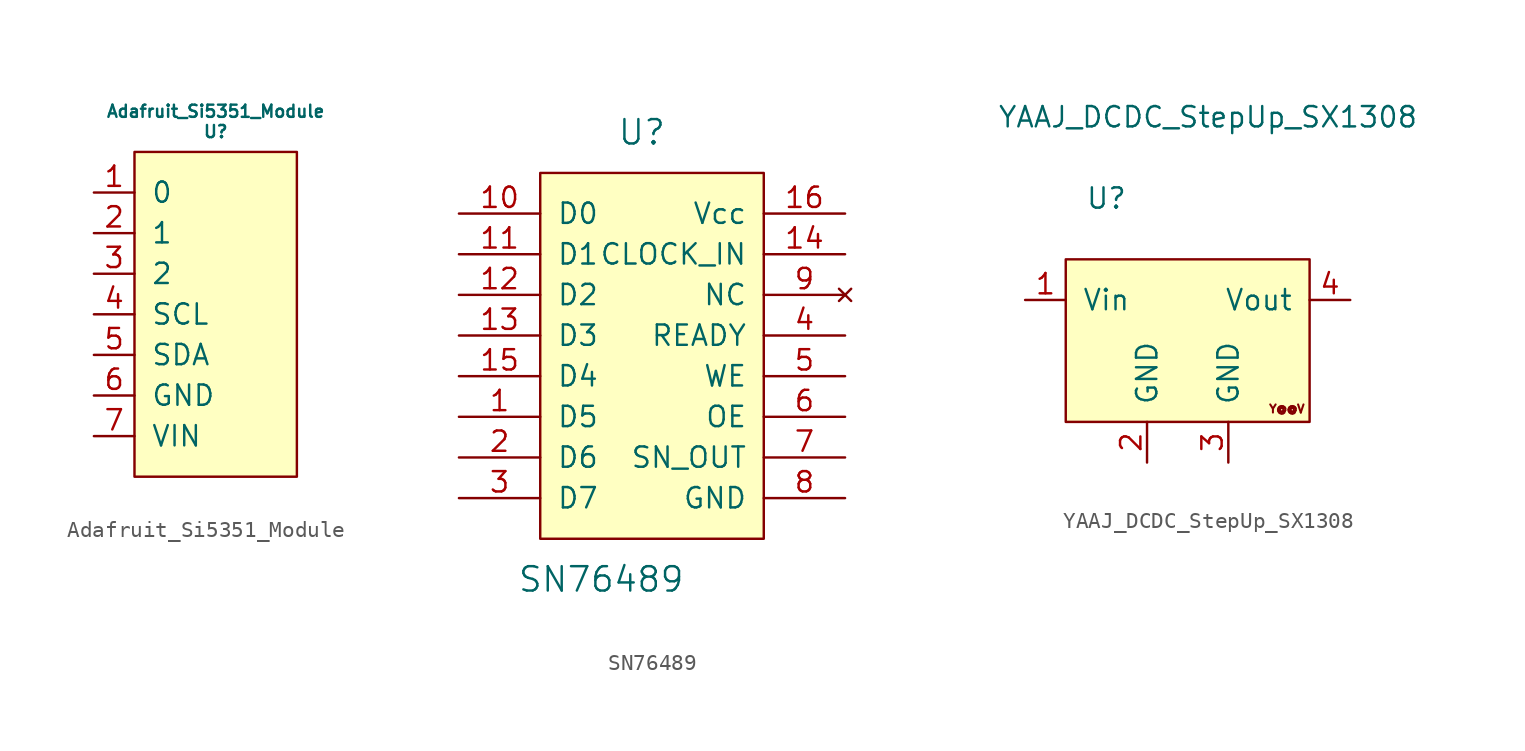
<source format=kicad_sym>
(kicad_symbol_lib
  (version 20211014)
  (generator kicad_symbol_editor)
  (symbol "Adafruit_Si5351_Module"
    (pin_names
      (offset 1.016))
    (property "Reference" "U"
      (at 0 6.35 0)
      (effects (font (size 0.762 0.762))))
    (property "Value" "Adafruit_Si5351_Module"
      (at 0 7.62 0)
      (effects (font (size 0.762 0.762))))
    (symbol "Adafruit_Si5351_Module_0_1"
      (polyline (pts (xy -5.08 5.08) (xy -5.08 -15.24) (xy 5.08 -15.24) (xy 5.08 5.08) (xy -5.08 5.08)) (stroke (width 0) (type default) (color 0 0 0 0)) (fill (type background))))
    (symbol "Adafruit_Si5351_Module_1_1"
      (pin output line (at -7.62 2.54 0) (length 2.54) (name "0" (effects (font (size 1.27 1.27)))) (number "1" (effects (font (size 1.27 1.27)))))
      (pin output line (at -7.62 0 0) (length 2.54) (name "1" (effects (font (size 1.27 1.27)))) (number "2" (effects (font (size 1.27 1.27)))))
      (pin output line (at -7.62 -2.54 0) (length 2.54) (name "2" (effects (font (size 1.27 1.27)))) (number "3" (effects (font (size 1.27 1.27)))))
      (pin bidirectional line (at -7.62 -5.08 0) (length 2.54) (name "SCL" (effects (font (size 1.27 1.27)))) (number "4" (effects (font (size 1.27 1.27)))))
      (pin bidirectional line (at -7.62 -7.62 0) (length 2.54) (name "SDA" (effects (font (size 1.27 1.27)))) (number "5" (effects (font (size 1.27 1.27)))))
      (pin passive line (at -7.62 -10.16 0) (length 2.54) (name "GND" (effects (font (size 1.27 1.27)))) (number "6" (effects (font (size 1.27 1.27)))))
      (pin power_in line (at -7.62 -12.7 0) (length 2.54) (name "VIN" (effects (font (size 1.27 1.27)))) (number "7" (effects (font (size 1.27 1.27)))))))
  (symbol "SN76489"
    (pin_names
      (offset 1.016))
    (property "Reference" "U"
      (at 1.27 20.32 0)
      (effects (font (size 1.524 1.524))))
    (property "Value" "SN76489"
      (at -1.27 -7.62 0)
      (effects (font (size 1.524 1.524))))
    (symbol "SN76489_0_1"
      (rectangle (start -5.08 17.78) (end 8.89 -5.08) (stroke (width 0) (type default) (color 0 0 0 0)) (fill (type background))))
    (symbol "SN76489_1_1"
      (pin input line (at -10.16 2.54 0) (length 5.08) (name "D5" (effects (font (size 1.27 1.27)))) (number "1" (effects (font (size 1.27 1.27)))))
      (pin input line (at -10.16 15.24 0) (length 5.08) (name "D0" (effects (font (size 1.27 1.27)))) (number "10" (effects (font (size 1.27 1.27)))))
      (pin input line (at -10.16 12.7 0) (length 5.08) (name "D1" (effects (font (size 1.27 1.27)))) (number "11" (effects (font (size 1.27 1.27)))))
      (pin input line (at -10.16 10.16 0) (length 5.08) (name "D2" (effects (font (size 1.27 1.27)))) (number "12" (effects (font (size 1.27 1.27)))))
      (pin input line (at -10.16 7.62 0) (length 5.08) (name "D3" (effects (font (size 1.27 1.27)))) (number "13" (effects (font (size 1.27 1.27)))))
      (pin input line (at 13.97 12.7 180) (length 5.08) (name "CLOCK_IN" (effects (font (size 1.27 1.27)))) (number "14" (effects (font (size 1.27 1.27)))))
      (pin input line (at -10.16 5.08 0) (length 5.08) (name "D4" (effects (font (size 1.27 1.27)))) (number "15" (effects (font (size 1.27 1.27)))))
      (pin power_in line (at 13.97 15.24 180) (length 5.08) (name "Vcc" (effects (font (size 1.27 1.27)))) (number "16" (effects (font (size 1.27 1.27)))))
      (pin input line (at -10.16 0 0) (length 5.08) (name "D6" (effects (font (size 1.27 1.27)))) (number "2" (effects (font (size 1.27 1.27)))))
      (pin input line (at -10.16 -2.54 0) (length 5.08) (name "D7" (effects (font (size 1.27 1.27)))) (number "3" (effects (font (size 1.27 1.27)))))
      (pin output line (at 13.97 7.62 180) (length 5.08) (name "READY" (effects (font (size 1.27 1.27)))) (number "4" (effects (font (size 1.27 1.27)))))
      (pin input line (at 13.97 5.08 180) (length 5.08) (name "WE" (effects (font (size 1.27 1.27)))) (number "5" (effects (font (size 1.27 1.27)))))
      (pin input line (at 13.97 2.54 180) (length 5.08) (name "OE" (effects (font (size 1.27 1.27)))) (number "6" (effects (font (size 1.27 1.27)))))
      (pin output line (at 13.97 0 180) (length 5.08) (name "SN_OUT" (effects (font (size 1.27 1.27)))) (number "7" (effects (font (size 1.27 1.27)))))
      (pin passive line (at 13.97 -2.54 180) (length 5.08) (name "GND" (effects (font (size 1.27 1.27)))) (number "8" (effects (font (size 1.27 1.27)))))
      (pin no_connect line (at 13.97 10.16 180) (length 5.08) (name "NC" (effects (font (size 1.27 1.27)))) (number "9" (effects (font (size 1.27 1.27)))))))
  (symbol "YAAJ_DCDC_StepUp_SX1308"
    (pin_names
      (offset 1.016))
    (property "Reference" "U"
      (at -5.08 6.35 0)
      (effects (font (size 1.27 1.27))))
    (property "Value" "YAAJ_DCDC_StepUp_SX1308"
      (at 1.27 11.43 0)
      (effects (font (size 1.27 1.27))))
    (symbol "YAAJ_DCDC_StepUp_SX1308_1_1"
      (rectangle (start -7.62 2.54) (end 7.62 -7.62) (stroke (width 0) (type default) (color 0 0 0 0)) (fill (type background)))
      (text "Y@@V" (at 6.198 -6.807 0) (effects (font (size 0.508 0.508))))
      (pin power_in line (at -10.16 0 0) (length 2.54) (name "Vin" (effects (font (size 1.27 1.27)))) (number "1" (effects (font (size 1.27 1.27)))))
      (pin power_in line (at -2.54 -10.16 90) (length 2.54) (name "GND" (effects (font (size 1.27 1.27)))) (number "2" (effects (font (size 1.27 1.27)))))
      (pin power_in line (at 2.54 -10.16 90) (length 2.54) (name "GND" (effects (font (size 1.27 1.27)))) (number "3" (effects (font (size 1.27 1.27)))))
      (pin power_out line (at 10.16 0 180) (length 2.54) (name "Vout" (effects (font (size 1.27 1.27)))) (number "4" (effects (font (size 1.27 1.27))))))))
</source>
